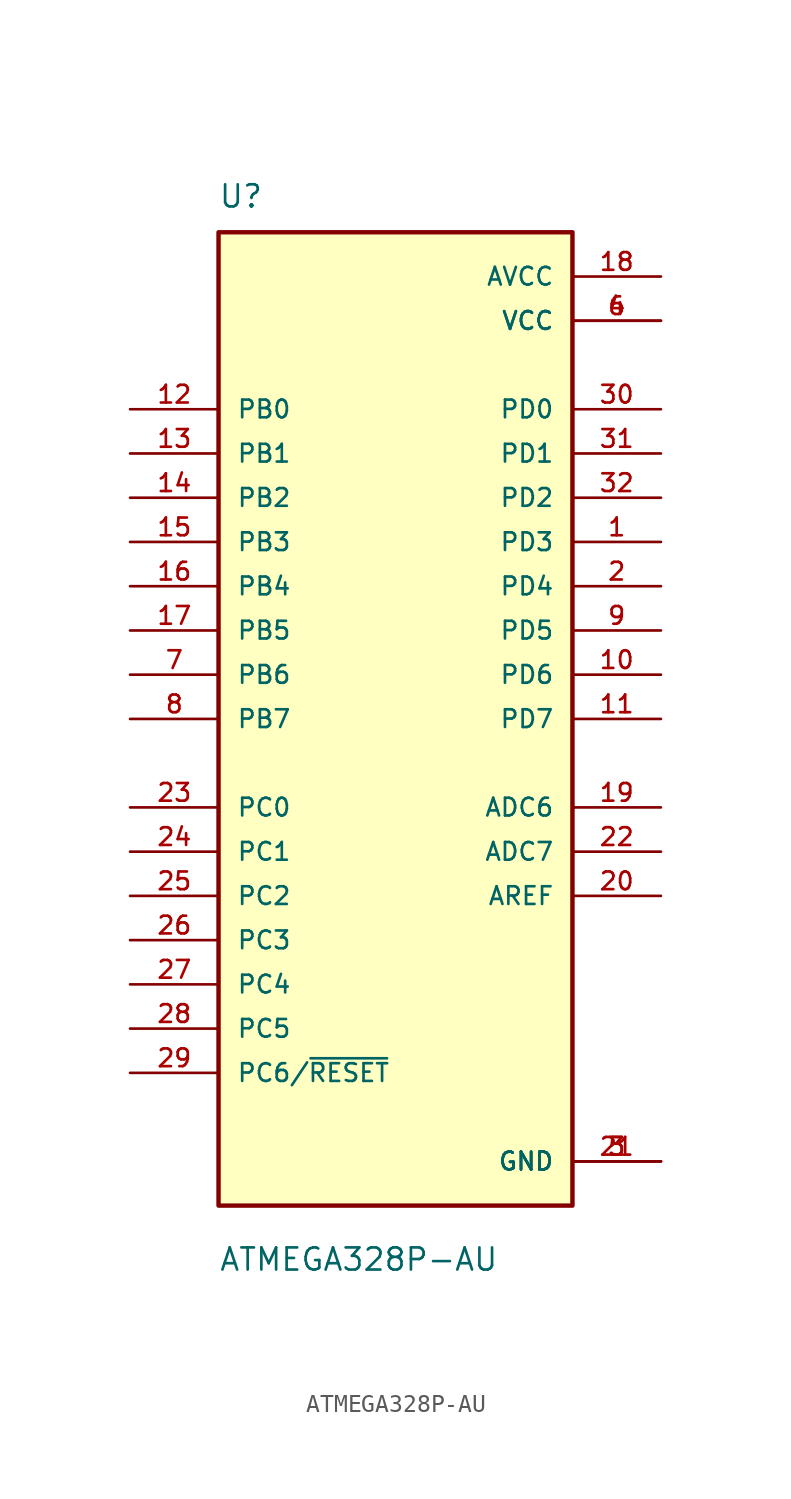
<source format=kicad_sym>
(kicad_symbol_lib
  (version 20231120)
  (generator "kicad_symbol_editor")
  (generator_version "8.0")
  (symbol "ATMEGA328P-AU"
    (pin_names
      (offset 1.016))
    (property "Reference" "U"
      (at -10.185 29.261 0)
      (effects (font (size 1.27 1.27)) (justify left bottom)))
    (property "Value" "ATMEGA328P-AU"
      (at -10.16 -31.775 0)
      (effects (font (size 1.27 1.27)) (justify left bottom)))
    (property "ki_locked" ""
      (at 0 0 0)
      (effects (font (size 1.27 1.27))))
    (symbol "ATMEGA328P-AU_0_0"
      (rectangle (start -10.16 -27.94) (end 10.16 27.94) (stroke (width 0.254) (type solid)) (fill (type background)))
      (pin bidirectional line (at 15.24 10.16 180) (length 5.08) (name "PD3" (effects (font (size 1.016 1.016)))) (number "1" (effects (font (size 1.016 1.016)))))
      (pin bidirectional line (at 15.24 2.54 180) (length 5.08) (name "PD6" (effects (font (size 1.016 1.016)))) (number "10" (effects (font (size 1.016 1.016)))))
      (pin bidirectional line (at 15.24 0 180) (length 5.08) (name "PD7" (effects (font (size 1.016 1.016)))) (number "11" (effects (font (size 1.016 1.016)))))
      (pin bidirectional line (at -15.24 17.78 0) (length 5.08) (name "PB0" (effects (font (size 1.016 1.016)))) (number "12" (effects (font (size 1.016 1.016)))))
      (pin bidirectional line (at -15.24 15.24 0) (length 5.08) (name "PB1" (effects (font (size 1.016 1.016)))) (number "13" (effects (font (size 1.016 1.016)))))
      (pin bidirectional line (at -15.24 12.7 0) (length 5.08) (name "PB2" (effects (font (size 1.016 1.016)))) (number "14" (effects (font (size 1.016 1.016)))))
      (pin bidirectional line (at -15.24 10.16 0) (length 5.08) (name "PB3" (effects (font (size 1.016 1.016)))) (number "15" (effects (font (size 1.016 1.016)))))
      (pin bidirectional line (at -15.24 7.62 0) (length 5.08) (name "PB4" (effects (font (size 1.016 1.016)))) (number "16" (effects (font (size 1.016 1.016)))))
      (pin bidirectional line (at -15.24 5.08 0) (length 5.08) (name "PB5" (effects (font (size 1.016 1.016)))) (number "17" (effects (font (size 1.016 1.016)))))
      (pin power_in line (at 15.24 25.4 180) (length 5.08) (name "AVCC" (effects (font (size 1.016 1.016)))) (number "18" (effects (font (size 1.016 1.016)))))
      (pin bidirectional line (at 15.24 -5.08 180) (length 5.08) (name "ADC6" (effects (font (size 1.016 1.016)))) (number "19" (effects (font (size 1.016 1.016)))))
      (pin bidirectional line (at 15.24 7.62 180) (length 5.08) (name "PD4" (effects (font (size 1.016 1.016)))) (number "2" (effects (font (size 1.016 1.016)))))
      (pin input line (at 15.24 -10.16 180) (length 5.08) (name "AREF" (effects (font (size 1.016 1.016)))) (number "20" (effects (font (size 1.016 1.016)))))
      (pin power_in line (at 15.24 -25.4 180) (length 5.08) (name "GND" (effects (font (size 1.016 1.016)))) (number "21" (effects (font (size 1.016 1.016)))))
      (pin bidirectional line (at 15.24 -7.62 180) (length 5.08) (name "ADC7" (effects (font (size 1.016 1.016)))) (number "22" (effects (font (size 1.016 1.016)))))
      (pin bidirectional line (at -15.24 -5.08 0) (length 5.08) (name "PC0" (effects (font (size 1.016 1.016)))) (number "23" (effects (font (size 1.016 1.016)))))
      (pin bidirectional line (at -15.24 -7.62 0) (length 5.08) (name "PC1" (effects (font (size 1.016 1.016)))) (number "24" (effects (font (size 1.016 1.016)))))
      (pin bidirectional line (at -15.24 -10.16 0) (length 5.08) (name "PC2" (effects (font (size 1.016 1.016)))) (number "25" (effects (font (size 1.016 1.016)))))
      (pin bidirectional line (at -15.24 -12.7 0) (length 5.08) (name "PC3" (effects (font (size 1.016 1.016)))) (number "26" (effects (font (size 1.016 1.016)))))
      (pin bidirectional line (at -15.24 -15.24 0) (length 5.08) (name "PC4" (effects (font (size 1.016 1.016)))) (number "27" (effects (font (size 1.016 1.016)))))
      (pin bidirectional line (at -15.24 -17.78 0) (length 5.08) (name "PC5" (effects (font (size 1.016 1.016)))) (number "28" (effects (font (size 1.016 1.016)))))
      (pin bidirectional line (at -15.24 -20.32 0) (length 5.08) (name "PC6/~{RESET}" (effects (font (size 1.016 1.016)))) (number "29" (effects (font (size 1.016 1.016)))))
      (pin power_in line (at 15.24 -25.4 180) (length 5.08) (name "GND" (effects (font (size 1.016 1.016)))) (number "3" (effects (font (size 1.016 1.016)))))
      (pin bidirectional line (at 15.24 17.78 180) (length 5.08) (name "PD0" (effects (font (size 1.016 1.016)))) (number "30" (effects (font (size 1.016 1.016)))))
      (pin bidirectional line (at 15.24 15.24 180) (length 5.08) (name "PD1" (effects (font (size 1.016 1.016)))) (number "31" (effects (font (size 1.016 1.016)))))
      (pin bidirectional line (at 15.24 12.7 180) (length 5.08) (name "PD2" (effects (font (size 1.016 1.016)))) (number "32" (effects (font (size 1.016 1.016)))))
      (pin power_in line (at 15.24 22.86 180) (length 5.08) (name "VCC" (effects (font (size 1.016 1.016)))) (number "4" (effects (font (size 1.016 1.016)))))
      (pin power_in line (at 15.24 -25.4 180) (length 5.08) (name "GND" (effects (font (size 1.016 1.016)))) (number "5" (effects (font (size 1.016 1.016)))))
      (pin power_in line (at 15.24 22.86 180) (length 5.08) (name "VCC" (effects (font (size 1.016 1.016)))) (number "6" (effects (font (size 1.016 1.016)))))
      (pin bidirectional line (at -15.24 2.54 0) (length 5.08) (name "PB6" (effects (font (size 1.016 1.016)))) (number "7" (effects (font (size 1.016 1.016)))))
      (pin bidirectional line (at -15.24 0 0) (length 5.08) (name "PB7" (effects (font (size 1.016 1.016)))) (number "8" (effects (font (size 1.016 1.016)))))
      (pin bidirectional line (at 15.24 5.08 180) (length 5.08) (name "PD5" (effects (font (size 1.016 1.016)))) (number "9" (effects (font (size 1.016 1.016))))))))
</source>
